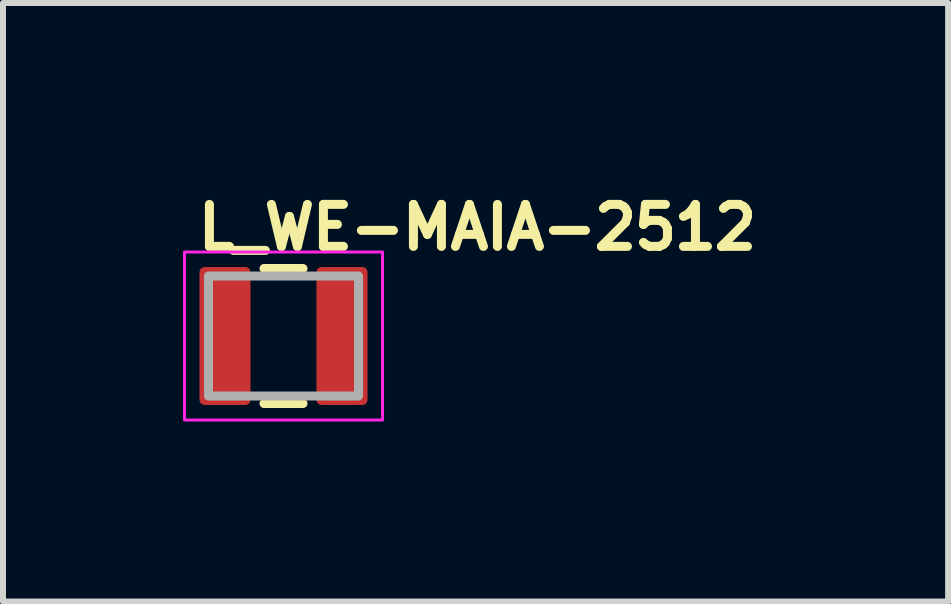
<source format=kicad_pcb>
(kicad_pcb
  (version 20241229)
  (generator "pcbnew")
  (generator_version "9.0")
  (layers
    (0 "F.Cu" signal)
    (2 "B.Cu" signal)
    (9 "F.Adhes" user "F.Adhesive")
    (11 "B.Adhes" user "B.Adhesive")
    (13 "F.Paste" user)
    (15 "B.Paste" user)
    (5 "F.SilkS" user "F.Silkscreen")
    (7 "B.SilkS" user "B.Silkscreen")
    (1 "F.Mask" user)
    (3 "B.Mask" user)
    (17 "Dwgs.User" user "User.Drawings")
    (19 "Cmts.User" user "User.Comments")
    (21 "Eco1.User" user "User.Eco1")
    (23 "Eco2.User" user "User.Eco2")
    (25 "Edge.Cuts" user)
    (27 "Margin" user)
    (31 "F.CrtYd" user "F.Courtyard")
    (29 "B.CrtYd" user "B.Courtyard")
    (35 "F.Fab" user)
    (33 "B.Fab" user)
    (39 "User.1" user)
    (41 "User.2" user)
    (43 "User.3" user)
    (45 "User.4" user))
  (footprint "L_WE-MAIA-2512"
    (layer "F.Cu")
    (at 1.675 2.55)
    (property "Reference" "L_WE-MAIA-2512" (at -1.5 -1.4 0) (layer "F.SilkS") (effects (font (size 0.7 0.7) (thickness 0.15)) (justify left bottom)))
    (attr smd)
    (fp_line (start -0.325 -1.125) (end 0.325 -1.125) (stroke (width 0.15) (type solid)) (layer "F.SilkS"))
    (fp_line (start -0.325 1.125) (end 0.325 1.125) (stroke (width 0.15) (type solid)) (layer "F.SilkS"))
    (fp_rect (start -1.65 -1.4) (end 1.65 1.4) (stroke (width 0.05) (type solid)) (fill no) (layer "F.CrtYd"))
    (fp_rect (start -1.25 -1) (end 1.25 1) (stroke (width 0.15) (type solid)) (fill no) (layer "F.Fab"))
    (fp_rect (start -1.25 -1) (end 1.249 0.998) (stroke (width 0.1) (type solid)) (fill no) (layer "User.5"))
    (fp_line (start -1.25 -1) (end 1.25 -1) (stroke (width 0.02) (type solid)) (layer "User.9"))
    (fp_line (start -1.25 1) (end -1.25 -1) (stroke (width 0.02) (type solid)) (layer "User.9"))
    (fp_line (start 1.25 -1) (end 1.25 1) (stroke (width 0.02) (type solid)) (layer "User.9"))
    (fp_line (start 1.25 1) (end -1.25 1) (stroke (width 0.02) (type solid)) (layer "User.9"))
    (pad "1" smd roundrect (at -0.975 0) (size 0.85 2.3) (layers "F.Cu" "F.Mask" "F.Paste") (roundrect_rratio 0.1))
    (pad "2" smd roundrect (at 0.975 0) (size 0.85 2.3) (layers "F.Cu" "F.Mask" "F.Paste") (roundrect_rratio 0.1)))
  (gr_rect
    (start -3 -3)
    (end 12.752 6.975)
    (stroke (width 0.1) (type default))
    (fill no)
    (layer "Edge.Cuts")))
</source>
